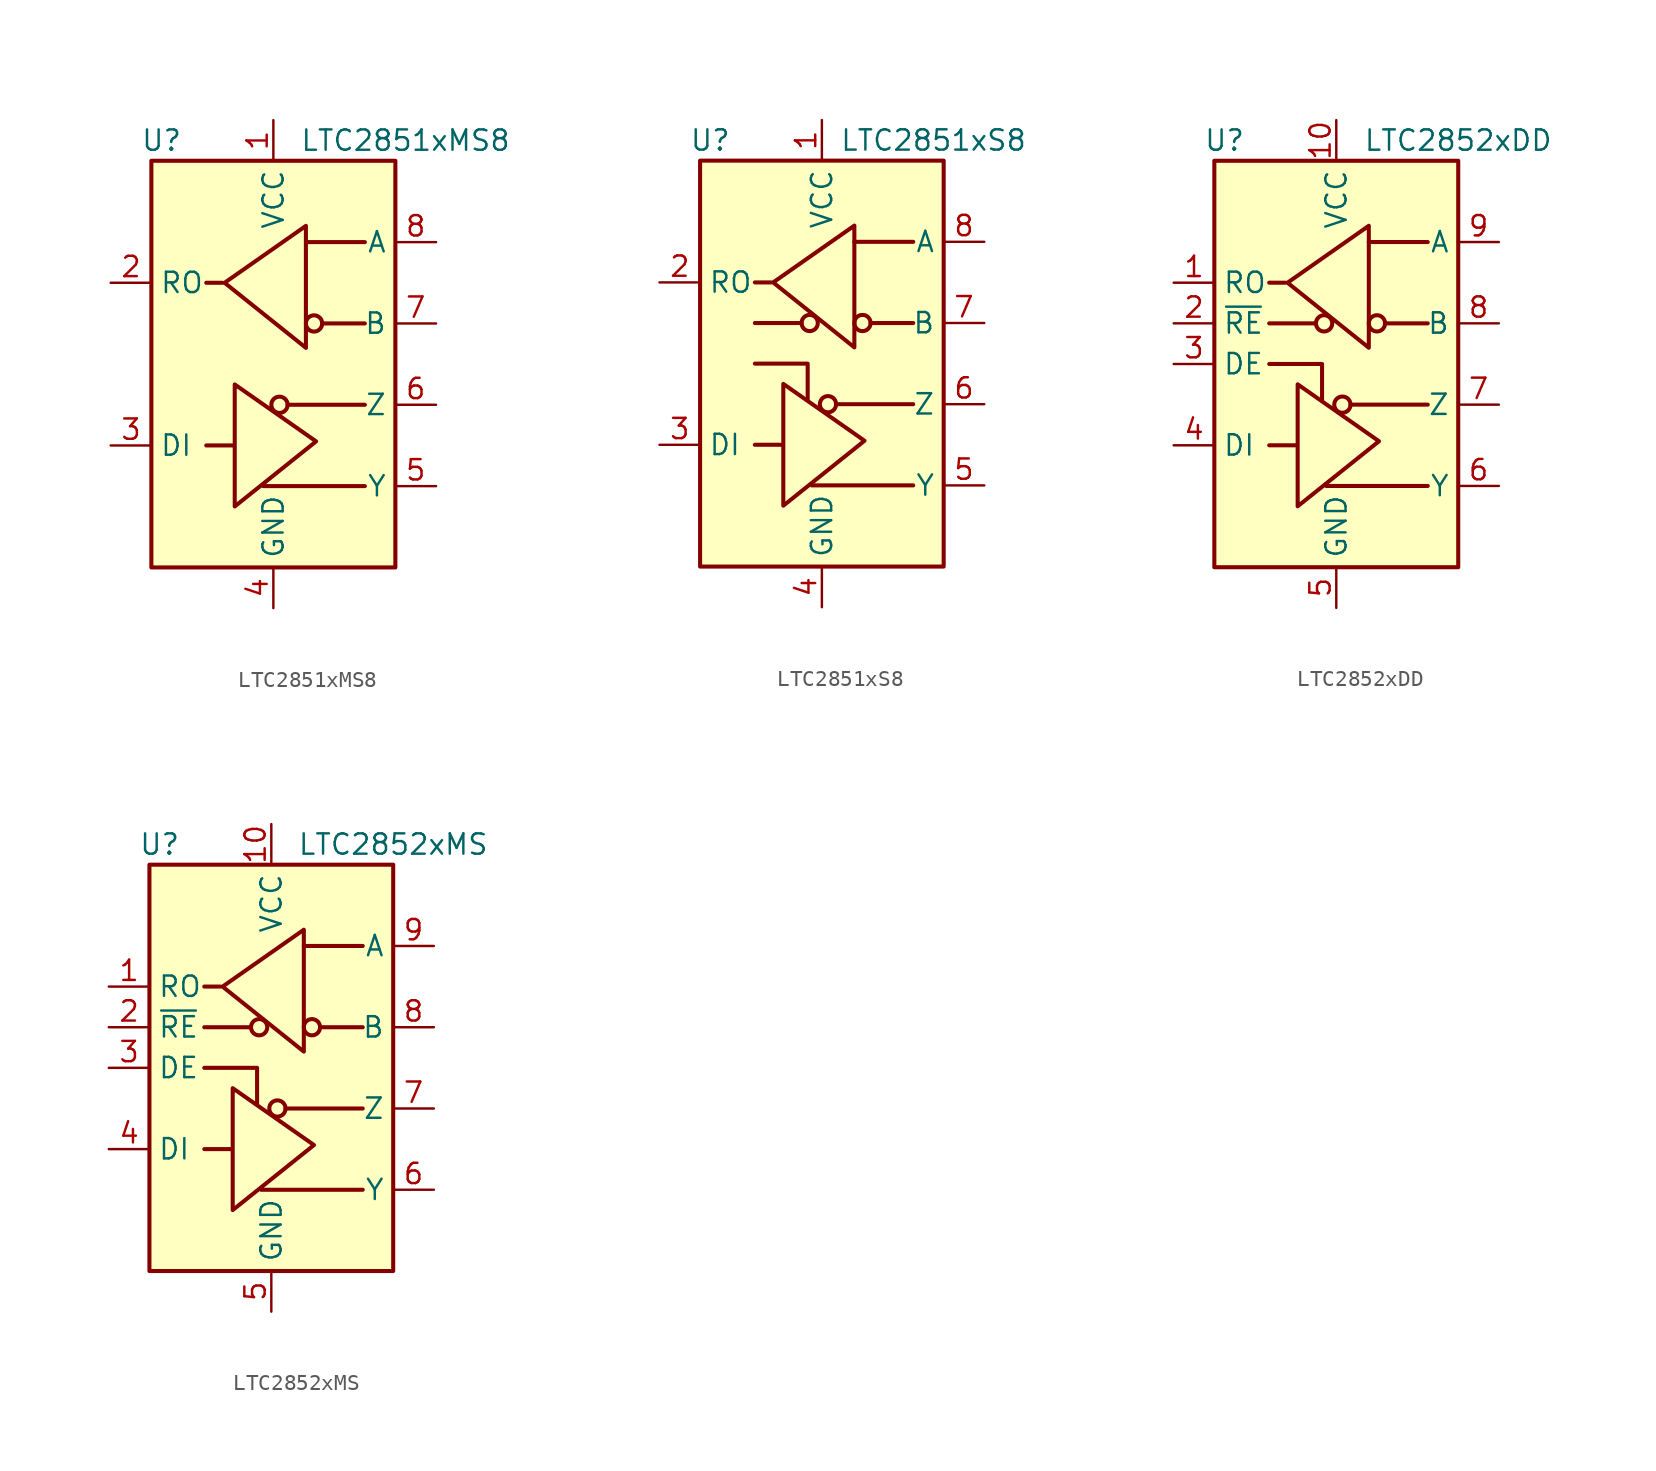
<source format=kicad_sym>
(kicad_symbol_lib
  (version 20200908)
  (generator kicad_symbol_editor)
  (symbol "Interface_UART:LTC2851xMS8"
    (property "Reference" "U"
      (at -6.985 13.97 0)
      (effects (font (size 1.27 1.27))))
    (property "Value" "LTC2851xMS8"
      (at 8.255 13.97 0)
      (effects (font (size 1.27 1.27))))
    (symbol "LTC2851xMS8_1_1"
      (circle (center 0.381 -2.54) (radius 0.508) (stroke (width 0.254)) (fill (type none)))
      (circle (center 2.54 2.54) (radius 0.508) (stroke (width 0.254)) (fill (type none)))
      (polyline (pts (xy -2.54 -5.08) (xy -4.191 -5.08)) (stroke (width 0.254)) (fill (type none)))
      (polyline (pts (xy -0.635 -7.62) (xy 5.715 -7.62)) (stroke (width 0.254)) (fill (type none)))
      (polyline (pts (xy 0.889 -2.54) (xy 5.715 -2.54)) (stroke (width 0.254)) (fill (type none)))
      (polyline (pts (xy 2.032 7.62) (xy 5.715 7.62)) (stroke (width 0.254)) (fill (type none)))
      (polyline (pts (xy 3.048 2.54) (xy 5.715 2.54)) (stroke (width 0.254)) (fill (type none)))
      (polyline (pts (xy -3.175 5.08) (xy -4.191 5.08) (xy -4.064 5.08)) (stroke (width 0.254)) (fill (type none)))
      (polyline (pts (xy -2.413 -5.08) (xy -2.413 -1.27) (xy 2.667 -4.826) (xy -2.413 -8.89) (xy -2.413 -5.08)) (stroke (width 0.254)) (fill (type none)))
      (polyline (pts (xy 2.032 4.826) (xy 2.032 8.636) (xy -3.048 5.08) (xy 2.032 1.016) (xy 2.032 4.826)) (stroke (width 0.254)) (fill (type none)))
      (pin power_in line (at 0 15.24 270) (length 2.54) (name "VCC" (effects (font (size 1.27 1.27)))) (number "1" (effects (font (size 1.27 1.27)))))
      (pin output line (at -10.16 5.08 0) (length 2.54) (name "RO" (effects (font (size 1.27 1.27)))) (number "2" (effects (font (size 1.27 1.27)))))
      (pin input line (at -10.16 -5.08 0) (length 2.54) (name "DI" (effects (font (size 1.27 1.27)))) (number "3" (effects (font (size 1.27 1.27)))))
      (pin power_in line (at 0 -15.24 90) (length 2.54) (name "GND" (effects (font (size 1.27 1.27)))) (number "4" (effects (font (size 1.27 1.27)))))
      (pin output line (at 10.16 -7.62 180) (length 2.54) (name "Y" (effects (font (size 1.27 1.27)))) (number "5" (effects (font (size 1.27 1.27)))))
      (pin output line (at 10.16 -2.54 180) (length 2.54) (name "Z" (effects (font (size 1.27 1.27)))) (number "6" (effects (font (size 1.27 1.27)))))
      (pin input line (at 10.16 2.54 180) (length 2.54) (name "B" (effects (font (size 1.27 1.27)))) (number "7" (effects (font (size 1.27 1.27)))))
      (pin input line (at 10.16 7.62 180) (length 2.54) (name "A" (effects (font (size 1.27 1.27)))) (number "8" (effects (font (size 1.27 1.27))))))
    (symbol "LTC2851xMS8_0_1"
      (rectangle (start -7.62 12.7) (end 7.62 -12.7) (stroke (width 0.254)) (fill (type background)))))
  (symbol "Interface_UART:LTC2851xS8"
    (property "Reference" "U"
      (at -6.985 13.97 0)
      (effects (font (size 1.27 1.27))))
    (property "Value" "LTC2851xS8"
      (at 6.985 13.97 0)
      (effects (font (size 1.27 1.27))))
    (symbol "LTC2851xS8_1_1"
      (circle (center -0.762 2.54) (radius 0.508) (stroke (width 0.254)) (fill (type none)))
      (circle (center 0.381 -2.54) (radius 0.508) (stroke (width 0.254)) (fill (type none)))
      (circle (center 2.54 2.54) (radius 0.508) (stroke (width 0.254)) (fill (type none)))
      (polyline (pts (xy -4.191 2.54) (xy -1.27 2.54)) (stroke (width 0.254)) (fill (type none)))
      (polyline (pts (xy -2.54 -5.08) (xy -4.191 -5.08)) (stroke (width 0.254)) (fill (type none)))
      (polyline (pts (xy -0.635 -7.62) (xy 5.715 -7.62)) (stroke (width 0.254)) (fill (type none)))
      (polyline (pts (xy 0.889 -2.54) (xy 5.715 -2.54)) (stroke (width 0.254)) (fill (type none)))
      (polyline (pts (xy 2.032 7.62) (xy 5.715 7.62)) (stroke (width 0.254)) (fill (type none)))
      (polyline (pts (xy 3.048 2.54) (xy 5.715 2.54)) (stroke (width 0.254)) (fill (type none)))
      (polyline (pts (xy -4.191 0) (xy -0.889 0) (xy -0.889 -2.286)) (stroke (width 0.254)) (fill (type none)))
      (polyline (pts (xy -3.175 5.08) (xy -4.191 5.08) (xy -4.064 5.08)) (stroke (width 0.254)) (fill (type none)))
      (polyline (pts (xy -2.413 -5.08) (xy -2.413 -1.27) (xy 2.667 -4.826) (xy -2.413 -8.89) (xy -2.413 -5.08)) (stroke (width 0.254)) (fill (type none)))
      (polyline (pts (xy 2.032 4.826) (xy 2.032 8.636) (xy -3.048 5.08) (xy 2.032 1.016) (xy 2.032 4.826)) (stroke (width 0.254)) (fill (type none)))
      (pin power_in line (at 0 15.24 270) (length 2.54) (name "VCC" (effects (font (size 1.27 1.27)))) (number "1" (effects (font (size 1.27 1.27)))))
      (pin output line (at -10.16 5.08 0) (length 2.54) (name "RO" (effects (font (size 1.27 1.27)))) (number "2" (effects (font (size 1.27 1.27)))))
      (pin input line (at -10.16 -5.08 0) (length 2.54) (name "DI" (effects (font (size 1.27 1.27)))) (number "3" (effects (font (size 1.27 1.27)))))
      (pin power_in line (at 0 -15.24 90) (length 2.54) (name "GND" (effects (font (size 1.27 1.27)))) (number "4" (effects (font (size 1.27 1.27)))))
      (pin output line (at 10.16 -7.62 180) (length 2.54) (name "Y" (effects (font (size 1.27 1.27)))) (number "5" (effects (font (size 1.27 1.27)))))
      (pin output line (at 10.16 -2.54 180) (length 2.54) (name "Z" (effects (font (size 1.27 1.27)))) (number "6" (effects (font (size 1.27 1.27)))))
      (pin input line (at 10.16 2.54 180) (length 2.54) (name "B" (effects (font (size 1.27 1.27)))) (number "7" (effects (font (size 1.27 1.27)))))
      (pin input line (at 10.16 7.62 180) (length 2.54) (name "A" (effects (font (size 1.27 1.27)))) (number "8" (effects (font (size 1.27 1.27))))))
    (symbol "LTC2851xS8_0_1"
      (rectangle (start -7.62 12.7) (end 7.62 -12.7) (stroke (width 0.254)) (fill (type background)))))
  (symbol "Interface_UART:LTC2852xDD"
    (property "Reference" "U"
      (at -6.985 13.97 0)
      (effects (font (size 1.27 1.27))))
    (property "Value" "LTC2852xDD"
      (at 7.62 13.97 0)
      (effects (font (size 1.27 1.27))))
    (symbol "LTC2852xDD_1_1"
      (circle (center -0.762 2.54) (radius 0.508) (stroke (width 0.254)) (fill (type none)))
      (circle (center 0.381 -2.54) (radius 0.508) (stroke (width 0.254)) (fill (type none)))
      (circle (center 2.54 2.54) (radius 0.508) (stroke (width 0.254)) (fill (type none)))
      (polyline (pts (xy -4.191 2.54) (xy -1.27 2.54)) (stroke (width 0.254)) (fill (type none)))
      (polyline (pts (xy -2.54 -5.08) (xy -4.191 -5.08)) (stroke (width 0.254)) (fill (type none)))
      (polyline (pts (xy -0.635 -7.62) (xy 5.715 -7.62)) (stroke (width 0.254)) (fill (type none)))
      (polyline (pts (xy 0.889 -2.54) (xy 5.715 -2.54)) (stroke (width 0.254)) (fill (type none)))
      (polyline (pts (xy 2.032 7.62) (xy 5.715 7.62)) (stroke (width 0.254)) (fill (type none)))
      (polyline (pts (xy 3.048 2.54) (xy 5.715 2.54)) (stroke (width 0.254)) (fill (type none)))
      (polyline (pts (xy -4.191 0) (xy -0.889 0) (xy -0.889 -2.286)) (stroke (width 0.254)) (fill (type none)))
      (polyline (pts (xy -3.175 5.08) (xy -4.191 5.08) (xy -4.064 5.08)) (stroke (width 0.254)) (fill (type none)))
      (polyline (pts (xy -2.413 -5.08) (xy -2.413 -1.27) (xy 2.667 -4.826) (xy -2.413 -8.89) (xy -2.413 -5.08)) (stroke (width 0.254)) (fill (type none)))
      (polyline (pts (xy 2.032 4.826) (xy 2.032 8.636) (xy -3.048 5.08) (xy 2.032 1.016) (xy 2.032 4.826)) (stroke (width 0.254)) (fill (type none)))
      (pin output line (at -10.16 5.08 0) (length 2.54) (name "RO" (effects (font (size 1.27 1.27)))) (number "1" (effects (font (size 1.27 1.27)))))
      (pin power_in line (at 0 15.24 270) (length 2.54) (name "VCC" (effects (font (size 1.27 1.27)))) (number "10" (effects (font (size 1.27 1.27)))))
      (pin passive line (at 0 -15.24 90) (length 2.54) hide (name "GND" (effects (font (size 1.27 1.27)))) (number "11" (effects (font (size 1.27 1.27)))))
      (pin input line (at -10.16 2.54 0) (length 2.54) (name "~RE" (effects (font (size 1.27 1.27)))) (number "2" (effects (font (size 1.27 1.27)))))
      (pin input line (at -10.16 0 0) (length 2.54) (name "DE" (effects (font (size 1.27 1.27)))) (number "3" (effects (font (size 1.27 1.27)))))
      (pin input line (at -10.16 -5.08 0) (length 2.54) (name "DI" (effects (font (size 1.27 1.27)))) (number "4" (effects (font (size 1.27 1.27)))))
      (pin power_in line (at 0 -15.24 90) (length 2.54) (name "GND" (effects (font (size 1.27 1.27)))) (number "5" (effects (font (size 1.27 1.27)))))
      (pin output line (at 10.16 -7.62 180) (length 2.54) (name "Y" (effects (font (size 1.27 1.27)))) (number "6" (effects (font (size 1.27 1.27)))))
      (pin output line (at 10.16 -2.54 180) (length 2.54) (name "Z" (effects (font (size 1.27 1.27)))) (number "7" (effects (font (size 1.27 1.27)))))
      (pin input line (at 10.16 2.54 180) (length 2.54) (name "B" (effects (font (size 1.27 1.27)))) (number "8" (effects (font (size 1.27 1.27)))))
      (pin input line (at 10.16 7.62 180) (length 2.54) (name "A" (effects (font (size 1.27 1.27)))) (number "9" (effects (font (size 1.27 1.27))))))
    (symbol "LTC2852xDD_0_1"
      (rectangle (start -7.62 12.7) (end 7.62 -12.7) (stroke (width 0.254)) (fill (type background)))))
  (symbol "Interface_UART:LTC2852xMS"
    (property "Reference" "U"
      (at -6.985 13.97 0)
      (effects (font (size 1.27 1.27))))
    (property "Value" "LTC2852xMS"
      (at 7.62 13.97 0)
      (effects (font (size 1.27 1.27))))
    (symbol "LTC2852xMS_1_1"
      (circle (center -0.762 2.54) (radius 0.508) (stroke (width 0.254)) (fill (type none)))
      (circle (center 0.381 -2.54) (radius 0.508) (stroke (width 0.254)) (fill (type none)))
      (circle (center 2.54 2.54) (radius 0.508) (stroke (width 0.254)) (fill (type none)))
      (polyline (pts (xy -4.191 2.54) (xy -1.27 2.54)) (stroke (width 0.254)) (fill (type none)))
      (polyline (pts (xy -2.54 -5.08) (xy -4.191 -5.08)) (stroke (width 0.254)) (fill (type none)))
      (polyline (pts (xy -0.635 -7.62) (xy 5.715 -7.62)) (stroke (width 0.254)) (fill (type none)))
      (polyline (pts (xy 0.889 -2.54) (xy 5.715 -2.54)) (stroke (width 0.254)) (fill (type none)))
      (polyline (pts (xy 2.032 7.62) (xy 5.715 7.62)) (stroke (width 0.254)) (fill (type none)))
      (polyline (pts (xy 3.048 2.54) (xy 5.715 2.54)) (stroke (width 0.254)) (fill (type none)))
      (polyline (pts (xy -4.191 0) (xy -0.889 0) (xy -0.889 -2.286)) (stroke (width 0.254)) (fill (type none)))
      (polyline (pts (xy -3.175 5.08) (xy -4.191 5.08) (xy -4.064 5.08)) (stroke (width 0.254)) (fill (type none)))
      (polyline (pts (xy -2.413 -5.08) (xy -2.413 -1.27) (xy 2.667 -4.826) (xy -2.413 -8.89) (xy -2.413 -5.08)) (stroke (width 0.254)) (fill (type none)))
      (polyline (pts (xy 2.032 4.826) (xy 2.032 8.636) (xy -3.048 5.08) (xy 2.032 1.016) (xy 2.032 4.826)) (stroke (width 0.254)) (fill (type none)))
      (pin output line (at -10.16 5.08 0) (length 2.54) (name "RO" (effects (font (size 1.27 1.27)))) (number "1" (effects (font (size 1.27 1.27)))))
      (pin power_in line (at 0 15.24 270) (length 2.54) (name "VCC" (effects (font (size 1.27 1.27)))) (number "10" (effects (font (size 1.27 1.27)))))
      (pin input line (at -10.16 2.54 0) (length 2.54) (name "~RE" (effects (font (size 1.27 1.27)))) (number "2" (effects (font (size 1.27 1.27)))))
      (pin input line (at -10.16 0 0) (length 2.54) (name "DE" (effects (font (size 1.27 1.27)))) (number "3" (effects (font (size 1.27 1.27)))))
      (pin input line (at -10.16 -5.08 0) (length 2.54) (name "DI" (effects (font (size 1.27 1.27)))) (number "4" (effects (font (size 1.27 1.27)))))
      (pin power_in line (at 0 -15.24 90) (length 2.54) (name "GND" (effects (font (size 1.27 1.27)))) (number "5" (effects (font (size 1.27 1.27)))))
      (pin output line (at 10.16 -7.62 180) (length 2.54) (name "Y" (effects (font (size 1.27 1.27)))) (number "6" (effects (font (size 1.27 1.27)))))
      (pin output line (at 10.16 -2.54 180) (length 2.54) (name "Z" (effects (font (size 1.27 1.27)))) (number "7" (effects (font (size 1.27 1.27)))))
      (pin input line (at 10.16 2.54 180) (length 2.54) (name "B" (effects (font (size 1.27 1.27)))) (number "8" (effects (font (size 1.27 1.27)))))
      (pin input line (at 10.16 7.62 180) (length 2.54) (name "A" (effects (font (size 1.27 1.27)))) (number "9" (effects (font (size 1.27 1.27))))))
    (symbol "LTC2852xMS_0_1"
      (rectangle (start -7.62 12.7) (end 7.62 -12.7) (stroke (width 0.254)) (fill (type background))))))
</source>
